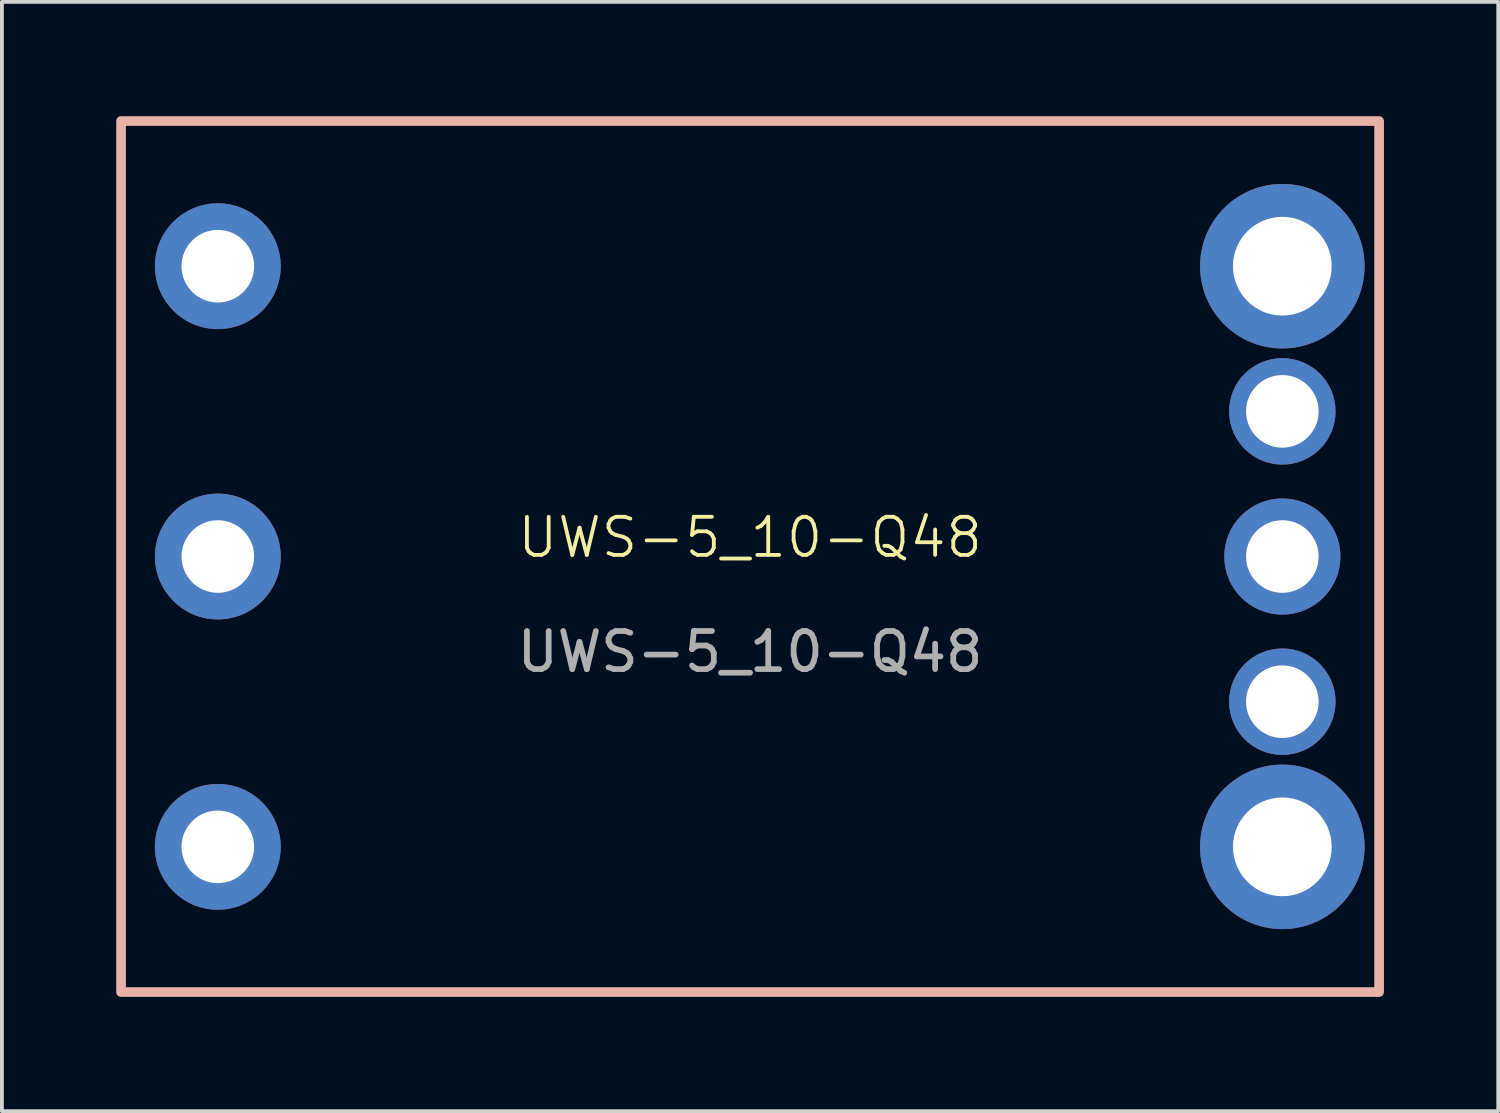
<source format=kicad_pcb>
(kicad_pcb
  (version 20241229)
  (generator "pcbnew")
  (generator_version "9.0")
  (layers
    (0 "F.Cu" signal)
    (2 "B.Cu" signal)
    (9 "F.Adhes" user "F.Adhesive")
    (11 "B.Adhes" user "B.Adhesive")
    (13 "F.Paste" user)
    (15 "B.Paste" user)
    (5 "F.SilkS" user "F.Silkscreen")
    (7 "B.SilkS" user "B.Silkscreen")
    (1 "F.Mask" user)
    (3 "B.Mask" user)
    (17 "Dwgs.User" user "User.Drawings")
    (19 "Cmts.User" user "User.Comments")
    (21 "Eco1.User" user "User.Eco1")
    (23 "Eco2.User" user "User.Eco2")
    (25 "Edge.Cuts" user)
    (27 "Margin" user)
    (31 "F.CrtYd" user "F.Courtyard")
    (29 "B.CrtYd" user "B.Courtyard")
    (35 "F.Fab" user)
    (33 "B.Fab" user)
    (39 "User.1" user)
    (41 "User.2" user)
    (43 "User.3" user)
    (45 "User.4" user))
  (footprint "UWS-5_10-Q48"
    (layer "F.Cu")
    (at 16.637 11.557)
    (property "Reference" "UWS-5_10-Q48" (at 0 -0.5 0) (unlocked yes) (layer "F.SilkS") (effects (font (size 1 1) (thickness 0.1))))
    (attr smd)
    (fp_rect (start -16.51 -11.43) (end 16.51 11.43) (stroke (width 0.254) (type default)) (fill no) (layer "B.SilkS"))
    (fp_text user "${REFERENCE}" (at 0 2.5 0) (unlocked yes) (layer "F.Fab") (effects (font (size 1 1) (thickness 0.15))))
    (pad "1" thru_hole circle (at -13.97 7.62) (size 3.302 3.302) (drill 1.905) (layers "*.Cu" "*.Mask"))
    (pad "2" thru_hole circle (at -13.97 0) (size 3.302 3.302) (drill 1.905) (layers "*.Cu" "*.Mask"))
    (pad "3" thru_hole circle (at -13.97 -7.62) (size 3.302 3.302) (drill 1.905) (layers "*.Cu" "*.Mask"))
    (pad "4" thru_hole circle (at 13.97 -7.62) (size 4.318 4.318) (drill 2.591) (layers "*.Cu" "*.Mask"))
    (pad "5" thru_hole circle (at 13.97 -3.81) (size 2.794 2.794) (drill 1.905) (layers "*.Cu" "*.Mask"))
    (pad "6" thru_hole circle (at 13.97 0) (size 3.048 3.048) (drill 1.905) (layers "*.Cu" "*.Mask"))
    (pad "7" thru_hole circle (at 13.97 3.81) (size 2.794 2.794) (drill 1.905) (layers "*.Cu" "*.Mask"))
    (pad "8" thru_hole circle (at 13.97 7.62) (size 4.318 4.318) (drill 2.591) (layers "*.Cu" "*.Mask")))
  (gr_rect
    (start -3 -3)
    (end 36.274 26.114)
    (stroke (width 0.1) (type default))
    (fill no)
    (layer "Edge.Cuts")))
</source>
